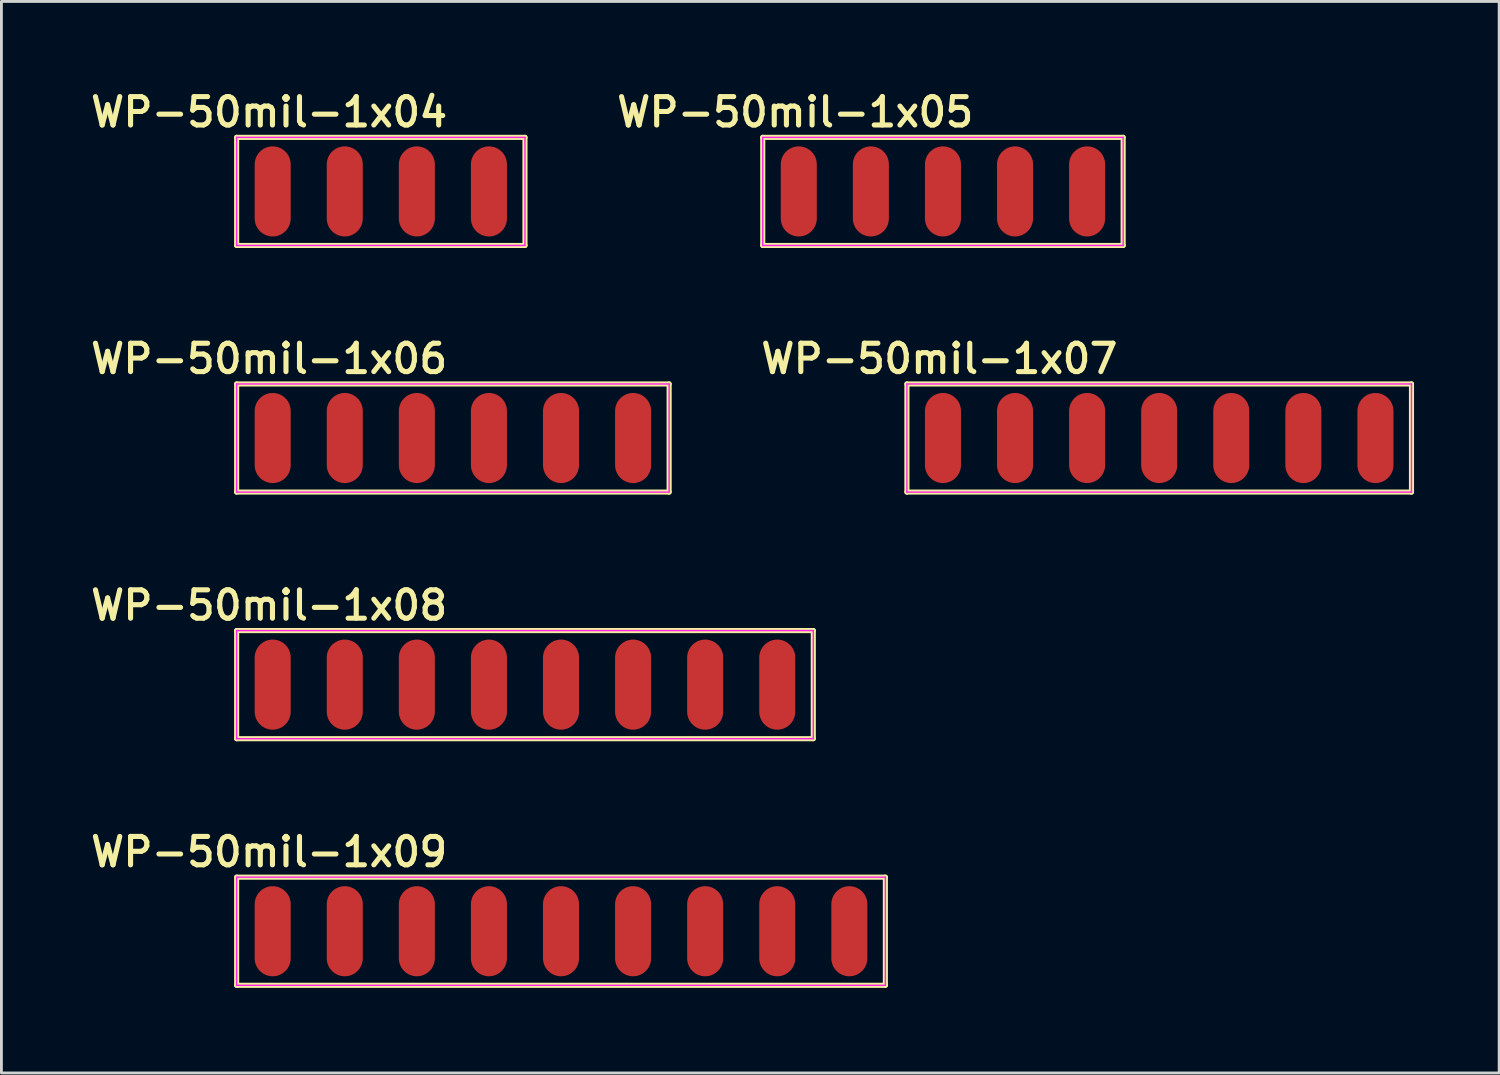
<source format=kicad_pcb>
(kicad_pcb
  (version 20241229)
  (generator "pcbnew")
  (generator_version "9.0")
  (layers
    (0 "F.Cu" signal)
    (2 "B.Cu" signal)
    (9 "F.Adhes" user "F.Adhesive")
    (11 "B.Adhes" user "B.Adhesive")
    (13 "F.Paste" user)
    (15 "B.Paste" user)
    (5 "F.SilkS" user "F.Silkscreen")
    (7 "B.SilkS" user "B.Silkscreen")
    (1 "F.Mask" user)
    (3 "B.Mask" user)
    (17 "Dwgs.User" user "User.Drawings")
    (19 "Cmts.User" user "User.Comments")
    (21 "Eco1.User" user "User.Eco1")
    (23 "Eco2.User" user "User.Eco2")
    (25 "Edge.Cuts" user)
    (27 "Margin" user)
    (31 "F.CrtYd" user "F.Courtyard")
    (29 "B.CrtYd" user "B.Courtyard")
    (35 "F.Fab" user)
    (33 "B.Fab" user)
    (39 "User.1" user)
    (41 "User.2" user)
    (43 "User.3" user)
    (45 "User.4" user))
  (footprint "WP-50mil-1x07"
    (layer "F.Cu")
    (at 37.798 12.385)
    (property "Reference" "WP-50mil-1x07" (at -7.747 -2.794 0) (layer "F.SilkS") (effects (font (size 1 1) (thickness 0.18))))
    (attr exclude_from_pos_files exclude_from_bom)
    (fp_line (start -8.89 -1.905) (end 8.89 -1.905) (stroke (width 0.18) (type solid)) (layer "F.SilkS"))
    (fp_line (start -8.89 1.905) (end -8.89 -1.905) (stroke (width 0.18) (type solid)) (layer "F.SilkS"))
    (fp_line (start 8.89 -1.905) (end 8.89 1.905) (stroke (width 0.18) (type solid)) (layer "F.SilkS"))
    (fp_line (start 8.89 1.905) (end -8.89 1.905) (stroke (width 0.18) (type solid)) (layer "F.SilkS"))
    (fp_line (start -8.89 -1.905) (end 8.89 -1.905) (stroke (width 0.05) (type solid)) (layer "F.CrtYd"))
    (fp_line (start -8.89 1.905) (end -8.89 -1.905) (stroke (width 0.05) (type solid)) (layer "F.CrtYd"))
    (fp_line (start 8.89 -1.905) (end 8.89 1.905) (stroke (width 0.05) (type solid)) (layer "F.CrtYd"))
    (fp_line (start 8.89 1.905) (end -8.89 1.905) (stroke (width 0.05) (type solid)) (layer "F.CrtYd"))
    (pad "1" smd oval (at -7.62 0) (size 1.27 3.175) (layers "F.Cu" "F.Mask" "F.Paste"))
    (pad "2" smd oval (at -5.08 0) (size 1.27 3.175) (layers "F.Cu" "F.Mask" "F.Paste"))
    (pad "3" smd oval (at -2.54 0) (size 1.27 3.175) (layers "F.Cu" "F.Mask" "F.Paste"))
    (pad "4" smd oval (at 0 0) (size 1.27 3.175) (layers "F.Cu" "F.Mask" "F.Paste"))
    (pad "5" smd oval (at 2.54 0) (size 1.27 3.175) (layers "F.Cu" "F.Mask" "F.Paste"))
    (pad "6" smd oval (at 5.08 0) (size 1.27 3.175) (layers "F.Cu" "F.Mask" "F.Paste"))
    (pad "7" smd oval (at 7.62 0) (size 1.27 3.175) (layers "F.Cu" "F.Mask" "F.Paste")))
  (footprint "WP-50mil-1x09"
    (layer "F.Cu")
    (at 16.719 29.765)
    (property "Reference" "WP-50mil-1x09" (at -10.287 -2.794 0) (layer "F.SilkS") (effects (font (size 1 1) (thickness 0.18))))
    (attr exclude_from_pos_files exclude_from_bom)
    (fp_line (start -11.43 -1.905) (end 11.43 -1.905) (stroke (width 0.18) (type solid)) (layer "F.SilkS"))
    (fp_line (start -11.43 1.905) (end -11.43 -1.905) (stroke (width 0.18) (type solid)) (layer "F.SilkS"))
    (fp_line (start 11.43 -1.905) (end 11.43 1.905) (stroke (width 0.18) (type solid)) (layer "F.SilkS"))
    (fp_line (start 11.43 1.905) (end -11.43 1.905) (stroke (width 0.18) (type solid)) (layer "F.SilkS"))
    (fp_line (start -11.43 -1.905) (end 11.43 -1.905) (stroke (width 0.05) (type solid)) (layer "F.CrtYd"))
    (fp_line (start -11.43 1.905) (end -11.43 -1.905) (stroke (width 0.05) (type solid)) (layer "F.CrtYd"))
    (fp_line (start 11.43 -1.905) (end 11.43 1.905) (stroke (width 0.05) (type solid)) (layer "F.CrtYd"))
    (fp_line (start 11.43 1.905) (end -11.43 1.905) (stroke (width 0.05) (type solid)) (layer "F.CrtYd"))
    (pad "1" smd oval (at -10.16 0) (size 1.27 3.175) (layers "F.Cu" "F.Mask" "F.Paste"))
    (pad "2" smd oval (at -7.62 0) (size 1.27 3.175) (layers "F.Cu" "F.Mask" "F.Paste"))
    (pad "3" smd oval (at -5.08 0) (size 1.27 3.175) (layers "F.Cu" "F.Mask" "F.Paste"))
    (pad "4" smd oval (at -2.54 0) (size 1.27 3.175) (layers "F.Cu" "F.Mask" "F.Paste"))
    (pad "5" smd oval (at 0 0) (size 1.27 3.175) (layers "F.Cu" "F.Mask" "F.Paste"))
    (pad "6" smd oval (at 2.54 0) (size 1.27 3.175) (layers "F.Cu" "F.Mask" "F.Paste"))
    (pad "7" smd oval (at 5.08 0) (size 1.27 3.175) (layers "F.Cu" "F.Mask" "F.Paste"))
    (pad "8" smd oval (at 7.62 0) (size 1.27 3.175) (layers "F.Cu" "F.Mask" "F.Paste"))
    (pad "9" smd oval (at 10.16 0) (size 1.27 3.175) (layers "F.Cu" "F.Mask" "F.Paste")))
  (footprint "WP-50mil-1x04"
    (layer "F.Cu")
    (at 10.369 3.695)
    (property "Reference" "WP-50mil-1x04" (at -3.937 -2.794 0) (layer "F.SilkS") (effects (font (size 1 1) (thickness 0.18))))
    (attr exclude_from_pos_files exclude_from_bom)
    (fp_line (start -5.08 -1.905) (end 5.08 -1.905) (stroke (width 0.18) (type solid)) (layer "F.SilkS"))
    (fp_line (start -5.08 1.905) (end -5.08 -1.905) (stroke (width 0.18) (type solid)) (layer "F.SilkS"))
    (fp_line (start 5.08 -1.905) (end 5.08 1.905) (stroke (width 0.18) (type solid)) (layer "F.SilkS"))
    (fp_line (start 5.08 1.905) (end -5.08 1.905) (stroke (width 0.18) (type solid)) (layer "F.SilkS"))
    (fp_line (start -5.08 -1.905) (end 5.08 -1.905) (stroke (width 0.05) (type solid)) (layer "F.CrtYd"))
    (fp_line (start -5.08 1.905) (end -5.08 -1.905) (stroke (width 0.05) (type solid)) (layer "F.CrtYd"))
    (fp_line (start 5.08 -1.905) (end 5.08 1.905) (stroke (width 0.05) (type solid)) (layer "F.CrtYd"))
    (fp_line (start 5.08 1.905) (end -5.08 1.905) (stroke (width 0.05) (type solid)) (layer "F.CrtYd"))
    (pad "1" smd oval (at -3.81 0) (size 1.27 3.175) (layers "F.Cu" "F.Mask" "F.Paste"))
    (pad "2" smd oval (at -1.27 0) (size 1.27 3.175) (layers "F.Cu" "F.Mask" "F.Paste"))
    (pad "3" smd oval (at 1.27 0) (size 1.27 3.175) (layers "F.Cu" "F.Mask" "F.Paste"))
    (pad "4" smd oval (at 3.81 0) (size 1.27 3.175) (layers "F.Cu" "F.Mask" "F.Paste")))
  (footprint "WP-50mil-1x05"
    (layer "F.Cu")
    (at 30.178 3.695)
    (property "Reference" "WP-50mil-1x05" (at -5.207 -2.794 0) (layer "F.SilkS") (effects (font (size 1 1) (thickness 0.18))))
    (attr exclude_from_pos_files exclude_from_bom)
    (fp_line (start -6.35 -1.905) (end 6.35 -1.905) (stroke (width 0.18) (type solid)) (layer "F.SilkS"))
    (fp_line (start -6.35 1.905) (end -6.35 -1.905) (stroke (width 0.18) (type solid)) (layer "F.SilkS"))
    (fp_line (start 6.35 -1.905) (end 6.35 1.905) (stroke (width 0.18) (type solid)) (layer "F.SilkS"))
    (fp_line (start 6.35 1.905) (end -6.35 1.905) (stroke (width 0.18) (type solid)) (layer "F.SilkS"))
    (fp_line (start -6.35 -1.905) (end 6.35 -1.905) (stroke (width 0.05) (type solid)) (layer "F.CrtYd"))
    (fp_line (start -6.35 1.905) (end -6.35 -1.905) (stroke (width 0.05) (type solid)) (layer "F.CrtYd"))
    (fp_line (start 6.35 -1.905) (end 6.35 1.905) (stroke (width 0.05) (type solid)) (layer "F.CrtYd"))
    (fp_line (start 6.35 1.905) (end -6.35 1.905) (stroke (width 0.05) (type solid)) (layer "F.CrtYd"))
    (pad "1" smd oval (at -5.08 0) (size 1.27 3.175) (layers "F.Cu" "F.Mask" "F.Paste"))
    (pad "2" smd oval (at -2.54 0) (size 1.27 3.175) (layers "F.Cu" "F.Mask" "F.Paste"))
    (pad "3" smd oval (at 0 0) (size 1.27 3.175) (layers "F.Cu" "F.Mask" "F.Paste"))
    (pad "4" smd oval (at 2.54 0) (size 1.27 3.175) (layers "F.Cu" "F.Mask" "F.Paste"))
    (pad "5" smd oval (at 5.08 0) (size 1.27 3.175) (layers "F.Cu" "F.Mask" "F.Paste")))
  (footprint "WP-50mil-1x08"
    (layer "F.Cu")
    (at 15.449 21.075)
    (property "Reference" "WP-50mil-1x08" (at -9.017 -2.794 0) (layer "F.SilkS") (effects (font (size 1 1) (thickness 0.18))))
    (attr exclude_from_pos_files exclude_from_bom)
    (fp_line (start -10.16 -1.905) (end 10.16 -1.905) (stroke (width 0.18) (type solid)) (layer "F.SilkS"))
    (fp_line (start -10.16 1.905) (end -10.16 -1.905) (stroke (width 0.18) (type solid)) (layer "F.SilkS"))
    (fp_line (start 10.16 -1.905) (end 10.16 1.905) (stroke (width 0.18) (type solid)) (layer "F.SilkS"))
    (fp_line (start 10.16 1.905) (end -10.16 1.905) (stroke (width 0.18) (type solid)) (layer "F.SilkS"))
    (fp_line (start -10.16 -1.905) (end 10.16 -1.905) (stroke (width 0.05) (type solid)) (layer "F.CrtYd"))
    (fp_line (start -10.16 1.905) (end -10.16 -1.905) (stroke (width 0.05) (type solid)) (layer "F.CrtYd"))
    (fp_line (start 10.16 -1.905) (end 10.16 1.905) (stroke (width 0.05) (type solid)) (layer "F.CrtYd"))
    (fp_line (start 10.16 1.905) (end -10.16 1.905) (stroke (width 0.05) (type solid)) (layer "F.CrtYd"))
    (pad "1" smd oval (at -8.89 0) (size 1.27 3.175) (layers "F.Cu" "F.Mask" "F.Paste"))
    (pad "2" smd oval (at -6.35 0) (size 1.27 3.175) (layers "F.Cu" "F.Mask" "F.Paste"))
    (pad "3" smd oval (at -3.81 0) (size 1.27 3.175) (layers "F.Cu" "F.Mask" "F.Paste"))
    (pad "4" smd oval (at -1.27 0) (size 1.27 3.175) (layers "F.Cu" "F.Mask" "F.Paste"))
    (pad "5" smd oval (at 1.27 0) (size 1.27 3.175) (layers "F.Cu" "F.Mask" "F.Paste"))
    (pad "6" smd oval (at 3.81 0) (size 1.27 3.175) (layers "F.Cu" "F.Mask" "F.Paste"))
    (pad "7" smd oval (at 6.35 0) (size 1.27 3.175) (layers "F.Cu" "F.Mask" "F.Paste"))
    (pad "8" smd oval (at 8.89 0) (size 1.27 3.175) (layers "F.Cu" "F.Mask" "F.Paste")))
  (footprint "WP-50mil-1x06"
    (layer "F.Cu")
    (at 12.909 12.385)
    (property "Reference" "WP-50mil-1x06" (at -6.477 -2.794 0) (layer "F.SilkS") (effects (font (size 1 1) (thickness 0.18))))
    (attr exclude_from_pos_files exclude_from_bom)
    (fp_line (start -7.62 -1.905) (end 7.62 -1.905) (stroke (width 0.18) (type solid)) (layer "F.SilkS"))
    (fp_line (start -7.62 1.905) (end -7.62 -1.905) (stroke (width 0.18) (type solid)) (layer "F.SilkS"))
    (fp_line (start 7.62 -1.905) (end 7.62 1.905) (stroke (width 0.18) (type solid)) (layer "F.SilkS"))
    (fp_line (start 7.62 1.905) (end -7.62 1.905) (stroke (width 0.18) (type solid)) (layer "F.SilkS"))
    (fp_line (start -7.62 -1.905) (end 7.62 -1.905) (stroke (width 0.05) (type solid)) (layer "F.CrtYd"))
    (fp_line (start -7.62 1.905) (end -7.62 -1.905) (stroke (width 0.05) (type solid)) (layer "F.CrtYd"))
    (fp_line (start 7.62 -1.905) (end 7.62 1.905) (stroke (width 0.05) (type solid)) (layer "F.CrtYd"))
    (fp_line (start 7.62 1.905) (end -7.62 1.905) (stroke (width 0.05) (type solid)) (layer "F.CrtYd"))
    (pad "1" smd oval (at -6.35 0) (size 1.27 3.175) (layers "F.Cu" "F.Mask" "F.Paste"))
    (pad "2" smd oval (at -3.81 0) (size 1.27 3.175) (layers "F.Cu" "F.Mask" "F.Paste"))
    (pad "3" smd oval (at -1.27 0) (size 1.27 3.175) (layers "F.Cu" "F.Mask" "F.Paste"))
    (pad "4" smd oval (at 1.27 0) (size 1.27 3.175) (layers "F.Cu" "F.Mask" "F.Paste"))
    (pad "5" smd oval (at 3.81 0) (size 1.27 3.175) (layers "F.Cu" "F.Mask" "F.Paste"))
    (pad "6" smd oval (at 6.35 0) (size 1.27 3.175) (layers "F.Cu" "F.Mask" "F.Paste")))
  (gr_rect
    (start -3 -3)
    (end 49.778 34.76)
    (stroke (width 0.1) (type default))
    (fill no)
    (layer "Edge.Cuts")))
</source>
